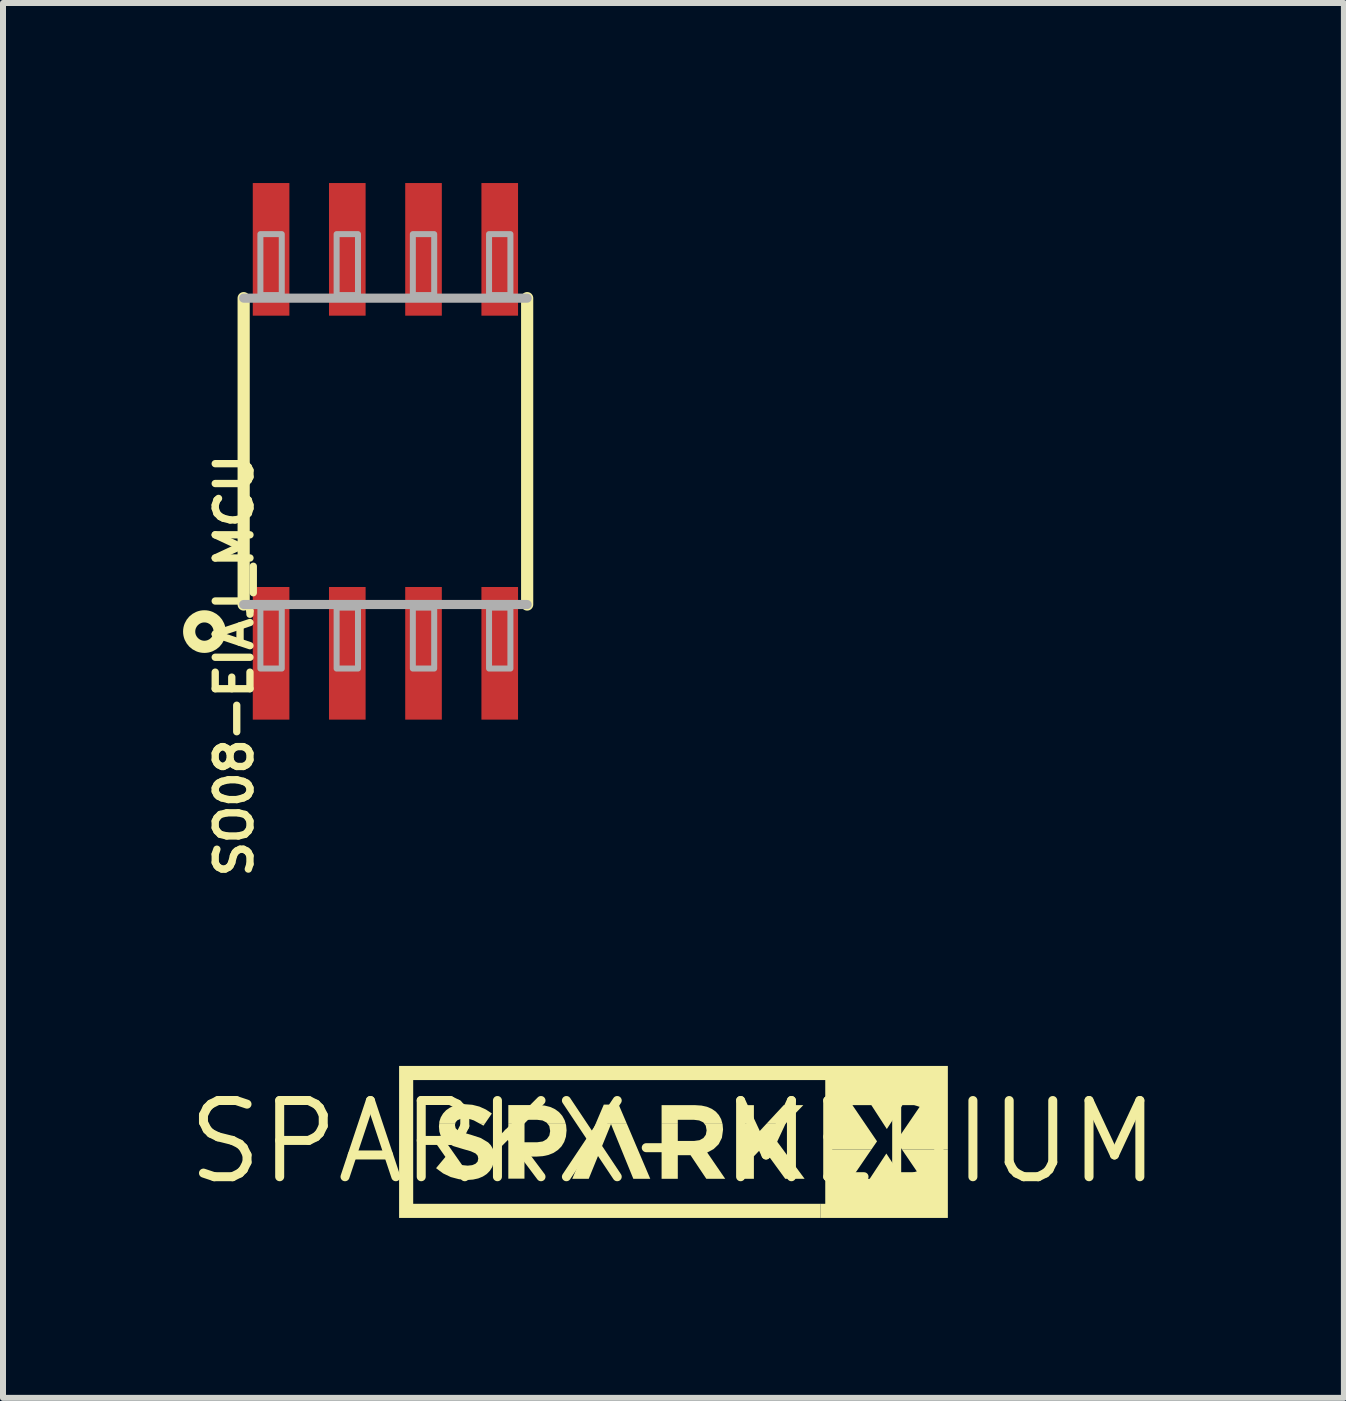
<source format=kicad_pcb>
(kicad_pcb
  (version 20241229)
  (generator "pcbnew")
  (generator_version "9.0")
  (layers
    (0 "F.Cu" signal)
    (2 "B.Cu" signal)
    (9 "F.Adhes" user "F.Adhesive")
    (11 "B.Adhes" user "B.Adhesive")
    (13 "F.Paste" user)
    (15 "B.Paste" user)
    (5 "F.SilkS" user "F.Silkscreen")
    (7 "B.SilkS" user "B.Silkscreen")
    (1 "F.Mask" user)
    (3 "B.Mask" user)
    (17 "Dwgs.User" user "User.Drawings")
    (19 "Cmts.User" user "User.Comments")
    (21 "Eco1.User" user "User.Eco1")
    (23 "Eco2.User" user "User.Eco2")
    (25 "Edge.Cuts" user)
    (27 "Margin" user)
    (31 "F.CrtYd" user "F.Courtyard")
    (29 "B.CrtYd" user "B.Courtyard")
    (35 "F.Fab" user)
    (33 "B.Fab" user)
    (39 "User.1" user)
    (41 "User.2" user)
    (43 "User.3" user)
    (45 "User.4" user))
  (footprint "SPARKX-MEDIUM"
    (layer "F.Cu")
    (at 8.172 15.978)
    (property "Reference" "SPARKX-MEDIUM" (at 0 0 0) (layer "F.SilkS") (effects (font (size 1.27 1.27) (thickness 0.15))))
    (attr through_hole)
    (fp_poly (pts (xy -3.145 -0.301) (xy -3.22 -0.301) (xy -3.166 -0.271)) (stroke (width 0) (type solid)) (fill yes) (layer "F.SilkS"))
    (fp_poly (pts (xy -0.776 -0.301) (xy -0.913 -0.622) (xy -1.161 -0.622) (xy -1.298 -0.301)) (stroke (width 0) (type solid)) (fill yes) (layer "F.SilkS"))
    (fp_poly (pts (xy 1.34 -0.301) (xy 1.34 -0.613) (xy 1.07 -0.613) (xy 1.07 -0.301)) (stroke (width 0) (type solid)) (fill yes) (layer "F.SilkS"))
    (fp_poly (pts (xy 1.863 -0.301) (xy 2.163 -0.613) (xy 1.837 -0.613) (xy 1.547 -0.301)) (stroke (width 0) (type solid)) (fill yes) (layer "F.SilkS"))
    (fp_poly (pts (xy -0.776 -0.301) (xy -1.298 -0.301) (xy -1.687 0.614) (xy -1.412 0.614) (xy -1.041 -0.297) (xy -0.669 0.614) (xy -0.387 0.614)) (stroke (width 0) (type solid)) (fill yes) (layer "F.SilkS"))
    (fp_poly (pts (xy 1.863 -0.301) (xy 1.547 -0.301) (xy 1.34 -0.077) (xy 1.34 -0.301) (xy 1.07 -0.301) (xy 1.07 0.614) (xy 1.34 0.614) (xy 1.34 0.239) (xy 1.481 0.091) (xy 1.862 0.614) (xy 2.185 0.614) (xy 1.663 -0.092)) (stroke (width 0) (type solid)) (fill yes) (layer "F.SilkS"))
    (fp_poly (pts (xy 4.572 0.123) (xy 3.805 0.123) (xy 4.139 0.614) (xy 4.138 0.614) (xy 3.822 0.614) (xy 3.547 0.193) (xy 3.27 0.614) (xy 2.964 0.614) (xy 3.3 0.123) (xy 2.529 0.123) (xy 2.529 1.031) (xy 2.447 1.031) (xy 2.447 1.266) (xy 2.529 1.266) (xy 4.572 1.266)) (stroke (width 0) (type solid)) (fill yes) (layer "F.SilkS"))
    (fp_poly (pts (xy -1.795 -0.301) (xy -1.813 -0.362) (xy -1.853 -0.435) (xy -1.907 -0.497) (xy -1.974 -0.546) (xy -2.054 -0.583) (xy -2.146 -0.606) (xy -2.251 -0.614) (xy -2.752 -0.614) (xy -2.752 -0.301) (xy -2.482 -0.301) (xy -2.482 -0.369) (xy -2.273 -0.369) (xy -2.182 -0.358) (xy -2.113 -0.322) (xy -2.097 -0.301)) (stroke (width 0) (type solid)) (fill yes) (layer "F.SilkS"))
    (fp_poly (pts (xy 0.817 -0.301) (xy 0.795 -0.378) (xy 0.757 -0.447) (xy 0.704 -0.506) (xy 0.637 -0.552) (xy 0.558 -0.586) (xy 0.467 -0.606) (xy 0.363 -0.613) (xy -0.198 -0.613) (xy -0.198 -0.301) (xy 0.072 -0.301) (xy 0.072 -0.369) (xy 0.34 -0.369) (xy 0.429 -0.358) (xy 0.497 -0.326) (xy 0.516 -0.301)) (stroke (width 0) (type solid)) (fill yes) (layer "F.SilkS"))
    (fp_poly (pts (xy -4.572 -1.266) (xy -4.572 1.266) (xy 2.447 1.266) (xy 2.447 1.031) (xy -4.337 1.031) (xy -4.337 -1.031) (xy 2.529 -1.031) (xy 2.529 0.123) (xy 3.3 0.123) (xy 3.392 -0.01) (xy 2.982 -0.613) (xy 3.297 -0.613) (xy 3.555 -0.215) (xy 3.815 -0.613) (xy 4.121 -0.613) (xy 3.712 -0.014) (xy 3.805 0.123) (xy 4.572 0.123) (xy 4.572 -1.266) (xy 2.529 -1.266)) (stroke (width 0) (type solid)) (fill yes) (layer "F.SilkS"))
    (fp_poly (pts (xy -3.481 -0.629) (xy -3.572 -0.622) (xy -3.654 -0.603) (xy -3.727 -0.571) (xy -3.789 -0.528) (xy -3.839 -0.474) (xy -3.877 -0.411) (xy -3.901 -0.34) (xy -3.904 -0.301) (xy -3.637 -0.301) (xy -3.631 -0.326) (xy -3.602 -0.36) (xy -3.552 -0.383) (xy -3.484 -0.391) (xy -3.405 -0.383) (xy -3.327 -0.359) (xy -3.22 -0.301) (xy -3.145 -0.301) (xy -3.026 -0.474) (xy -3.125 -0.54) (xy -3.233 -0.589) (xy -3.352 -0.619)) (stroke (width 0) (type solid)) (fill yes) (layer "F.SilkS"))
    (fp_poly (pts (xy 0.817 -0.301) (xy 0.516 -0.301) (xy 0.538 -0.271) (xy 0.552 -0.194) (xy 0.552 -0.191) (xy 0.539 -0.12) (xy 0.499 -0.065) (xy 0.434 -0.029) (xy 0.346 -0.017) (xy 0.072 -0.017) (xy 0.072 -0.301) (xy -0.198 -0.301) (xy -0.198 0.614) (xy 0.072 0.614) (xy 0.072 0.221) (xy 0.284 0.221) (xy 0.547 0.614) (xy 0.862 0.614) (xy 0.562 0.176) (xy 0.669 0.119) (xy 0.753 0.038) (xy 0.807 -0.069) (xy 0.826 -0.204) (xy 0.826 -0.208) (xy 0.818 -0.298)) (stroke (width 0) (type solid)) (fill yes) (layer "F.SilkS"))
    (fp_poly (pts (xy -1.795 -0.301) (xy -2.097 -0.301) (xy -2.069 -0.264) (xy -2.055 -0.184) (xy -2.055 -0.18) (xy -2.068 -0.108) (xy -2.11 -0.048) (xy -2.178 -0.008) (xy -2.268 0.005) (xy -2.482 0.005) (xy -2.482 -0.301) (xy -2.752 -0.301) (xy -2.752 0.612) (xy -2.483 0.612) (xy -2.483 0.244) (xy -2.278 0.244) (xy -2.178 0.237) (xy -2.084 0.217) (xy -1.999 0.183) (xy -1.927 0.135) (xy -1.866 0.074) (xy -1.821 0) (xy -1.792 -0.087) (xy -1.782 -0.187) (xy -1.781 -0.186) (xy -1.781 -0.189) (xy -1.789 -0.28)) (stroke (width 0) (type solid)) (fill yes) (layer "F.SilkS"))
    (fp_poly (pts (xy -3.637 -0.301) (xy -3.904 -0.301) (xy -3.908 -0.26) (xy -3.908 -0.256) (xy -3.901 -0.173) (xy -3.879 -0.103) (xy -3.844 -0.047) (xy -3.798 -0.001) (xy -3.669 0.069) (xy -3.5 0.12) (xy -3.375 0.156) (xy -3.299 0.191) (xy -3.263 0.229) (xy -3.253 0.275) (xy -3.253 0.279) (xy -3.264 0.328) (xy -3.299 0.364) (xy -3.355 0.387) (xy -3.43 0.395) (xy -3.531 0.385) (xy -3.624 0.355) (xy -3.711 0.308) (xy -3.797 0.246) (xy -3.956 0.437) (xy -3.839 0.524) (xy -3.711 0.585) (xy -3.574 0.621) (xy -3.435 0.634) (xy -3.34 0.627) (xy -3.253 0.608) (xy -3.177 0.577) (xy -3.112 0.535) (xy -3.059 0.481) (xy -3.019 0.416) (xy -2.995 0.34) (xy -2.986 0.254) (xy -2.986 0.251) (xy -2.986 0.247) (xy -2.993 0.172) (xy -3.012 0.109) (xy -3.044 0.055) (xy -3.088 0.008) (xy -3.21 -0.065) (xy -3.377 -0.12) (xy -3.508 -0.156) (xy -3.589 -0.189) (xy -3.63 -0.229) (xy -3.641 -0.281) (xy -3.641 -0.284)) (stroke (width 0) (type solid)) (fill yes) (layer "F.SilkS")))
  (footprint "SO08-EIAJ_MCU"
    (layer "F.Cu")
    (at 3.372 4.458)
    (property "Reference" "SO08-EIAJ_MCU" (at -2.857 0 90) (layer "F.SilkS") (effects (font (size 0.579 0.579) (thickness 0.122)) (justify right top)))
    (attr through_hole)
    (fp_line (start -2.362 -2.54) (end -2.362 2.565) (stroke (width 0.203) (type solid)) (layer "F.SilkS"))
    (fp_line (start 2.362 2.565) (end 2.362 -2.54) (stroke (width 0.203) (type solid)) (layer "F.SilkS"))
    (fp_circle (center -3.016 3.016) (end -2.762 3.016) (stroke (width 0.203) (type solid)) (fill no) (layer "F.SilkS"))
    (fp_line (start -2.362 2.565) (end 2.362 2.565) (stroke (width 0.152) (type solid)) (layer "F.Fab"))
    (fp_line (start 2.362 -2.54) (end -2.362 -2.54) (stroke (width 0.152) (type solid)) (layer "F.Fab"))
    (fp_poly (pts (xy -2.083 -2.591) (xy -1.727 -2.591) (xy -1.727 -3.607) (xy -2.083 -3.607)) (stroke (width 0.1) (type solid)) (fill no) (layer "F.Fab"))
    (fp_poly (pts (xy -2.083 3.632) (xy -1.727 3.632) (xy -1.727 2.616) (xy -2.083 2.616)) (stroke (width 0.1) (type solid)) (fill no) (layer "F.Fab"))
    (fp_poly (pts (xy -0.813 -2.591) (xy -0.457 -2.591) (xy -0.457 -3.607) (xy -0.813 -3.607)) (stroke (width 0.1) (type solid)) (fill no) (layer "F.Fab"))
    (fp_poly (pts (xy -0.813 3.632) (xy -0.457 3.632) (xy -0.457 2.616) (xy -0.813 2.616)) (stroke (width 0.1) (type solid)) (fill no) (layer "F.Fab"))
    (fp_poly (pts (xy 0.457 -2.591) (xy 0.813 -2.591) (xy 0.813 -3.607) (xy 0.457 -3.607)) (stroke (width 0.1) (type solid)) (fill no) (layer "F.Fab"))
    (fp_poly (pts (xy 0.457 3.632) (xy 0.813 3.632) (xy 0.813 2.616) (xy 0.457 2.616)) (stroke (width 0.1) (type solid)) (fill no) (layer "F.Fab"))
    (fp_poly (pts (xy 1.727 -2.591) (xy 2.083 -2.591) (xy 2.083 -3.607) (xy 1.727 -3.607)) (stroke (width 0.1) (type solid)) (fill no) (layer "F.Fab"))
    (fp_poly (pts (xy 1.727 3.632) (xy 2.083 3.632) (xy 2.083 2.616) (xy 1.727 2.616)) (stroke (width 0.1) (type solid)) (fill no) (layer "F.Fab"))
    (pad "1" smd rect (at -1.905 3.378) (size 0.61 2.21) (layers "F.Cu" "F.Mask" "F.Paste"))
    (pad "2" smd rect (at -0.635 3.378) (size 0.61 2.21) (layers "F.Cu" "F.Mask" "F.Paste"))
    (pad "3" smd rect (at 0.635 3.378) (size 0.61 2.21) (layers "F.Cu" "F.Mask" "F.Paste"))
    (pad "4" smd rect (at 1.905 3.378) (size 0.61 2.21) (layers "F.Cu" "F.Mask" "F.Paste"))
    (pad "5" smd rect (at 1.905 -3.353) (size 0.61 2.21) (layers "F.Cu" "F.Mask" "F.Paste"))
    (pad "6" smd rect (at 0.635 -3.353) (size 0.61 2.21) (layers "F.Cu" "F.Mask" "F.Paste"))
    (pad "7" smd rect (at -0.635 -3.353) (size 0.61 2.21) (layers "F.Cu" "F.Mask" "F.Paste"))
    (pad "8" smd rect (at -1.905 -3.353) (size 0.61 2.21) (layers "F.Cu" "F.Mask" "F.Paste")))
  (gr_rect
    (start -3 -3)
    (end 19.343 20.243)
    (stroke (width 0.1) (type default))
    (fill no)
    (layer "Edge.Cuts")))
</source>
